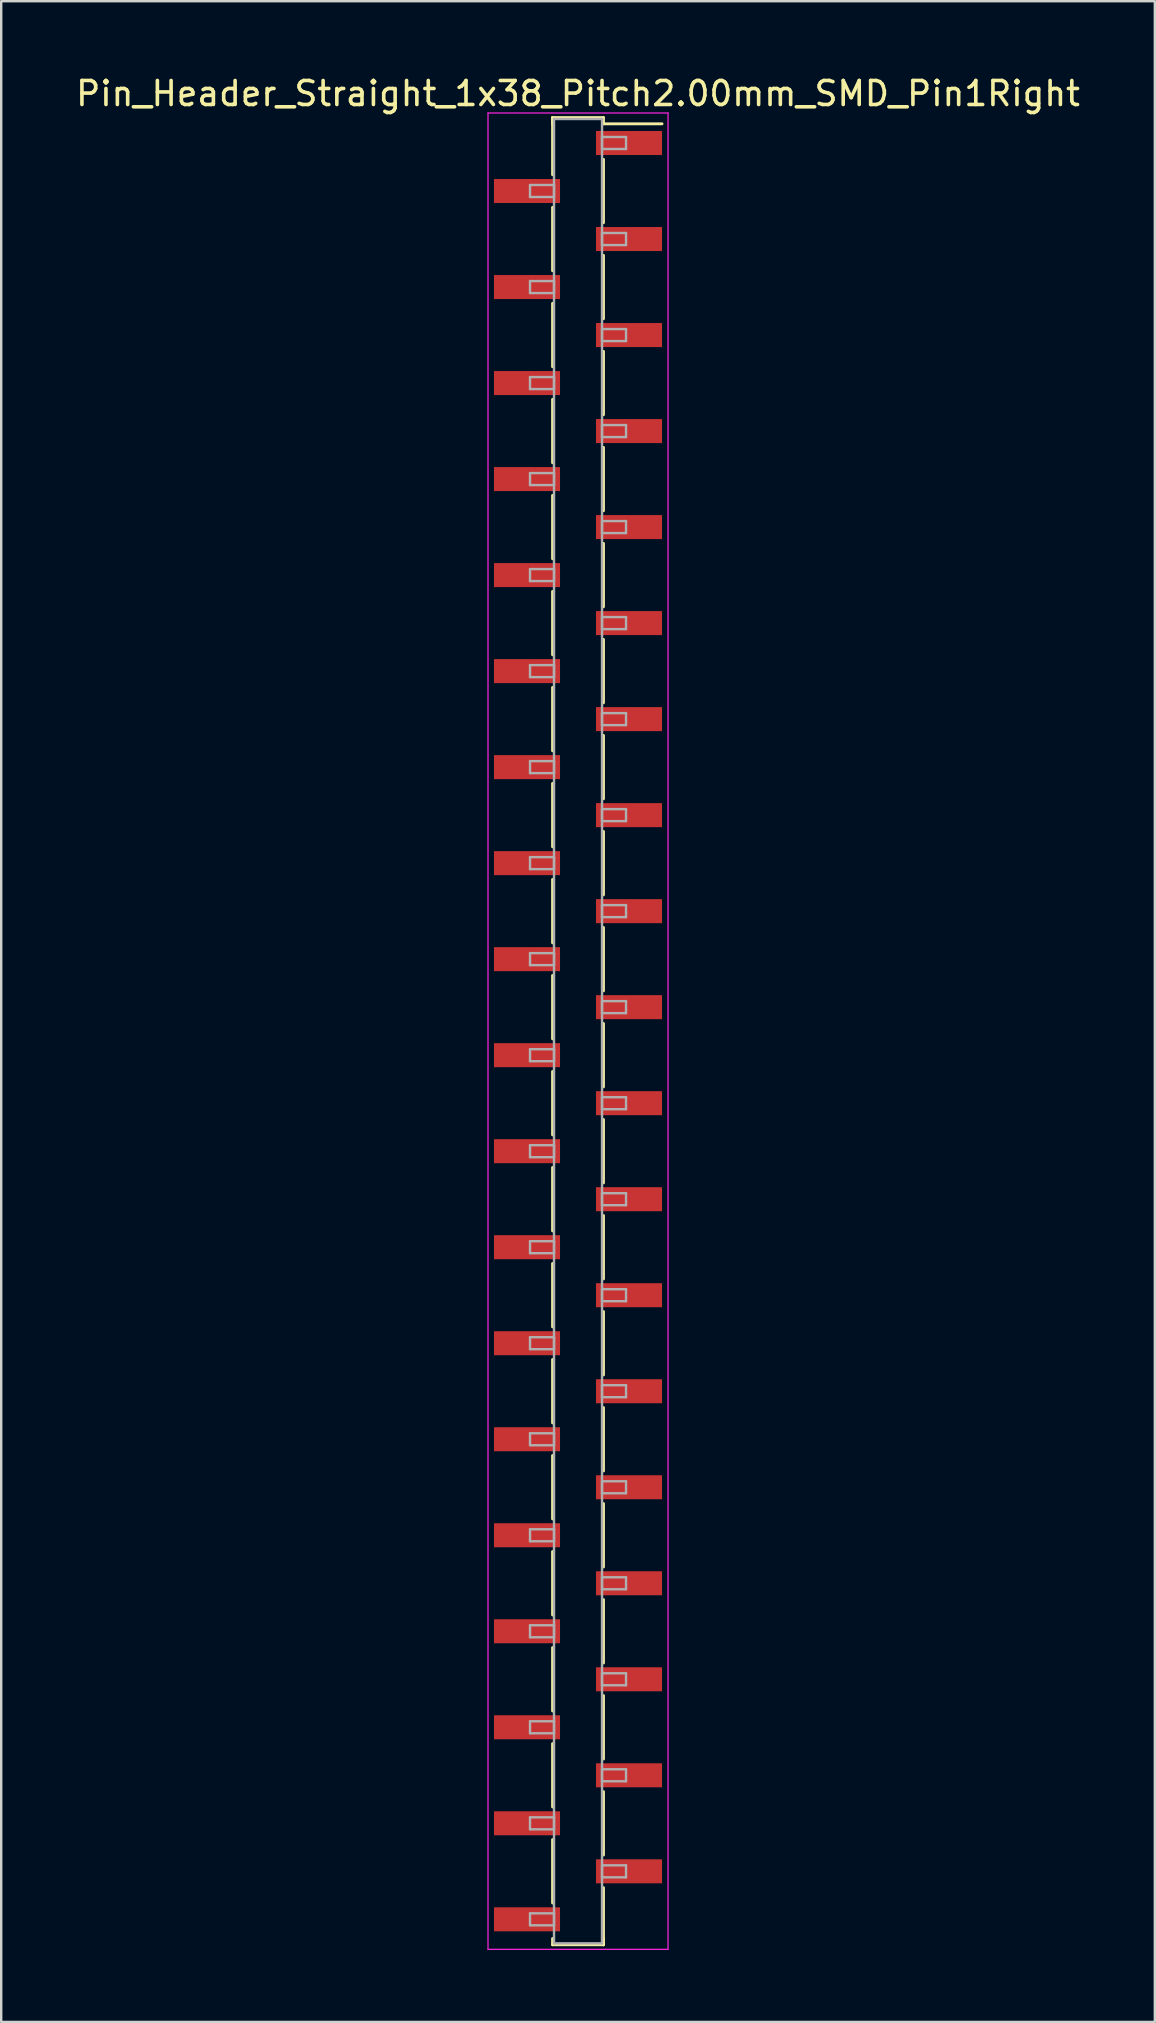
<source format=kicad_pcb>
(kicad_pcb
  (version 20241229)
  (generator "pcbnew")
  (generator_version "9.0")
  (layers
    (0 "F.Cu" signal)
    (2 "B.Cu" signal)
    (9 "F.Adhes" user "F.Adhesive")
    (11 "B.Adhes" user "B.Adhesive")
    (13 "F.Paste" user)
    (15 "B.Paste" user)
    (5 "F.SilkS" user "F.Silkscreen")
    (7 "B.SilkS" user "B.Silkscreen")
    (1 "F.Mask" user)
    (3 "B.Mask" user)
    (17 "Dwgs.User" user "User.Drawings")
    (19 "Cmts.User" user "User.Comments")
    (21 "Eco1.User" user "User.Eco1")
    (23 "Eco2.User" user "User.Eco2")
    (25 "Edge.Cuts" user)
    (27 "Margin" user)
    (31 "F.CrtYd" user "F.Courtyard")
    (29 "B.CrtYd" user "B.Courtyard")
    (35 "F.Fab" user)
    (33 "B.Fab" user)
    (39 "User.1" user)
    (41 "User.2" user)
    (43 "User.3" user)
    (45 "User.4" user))
  (footprint "Pin_Header_Straight_1x38_Pitch2.00mm_SMD_Pin1Right"
    (layer "F.Cu")
    (at 21.03 39.908)
    (property "Reference" "Pin_Header_Straight_1x38_Pitch2.00mm_SMD_Pin1Right" (at 0 -39.06 0) (layer "F.SilkS") (effects (font (size 1 1) (thickness 0.15))))
    (attr smd)
    (fp_line (start -1.06 -38.06) (end -1.06 -35.68) (stroke (width 0.12) (type solid)) (layer "F.SilkS"))
    (fp_line (start -1.06 -38.06) (end 1.06 -38.06) (stroke (width 0.12) (type solid)) (layer "F.SilkS"))
    (fp_line (start -1.06 -37.8) (end -1.06 -38.06) (stroke (width 0.12) (type solid)) (layer "F.SilkS"))
    (fp_line (start -1.06 -34.32) (end -1.06 -31.68) (stroke (width 0.12) (type solid)) (layer "F.SilkS"))
    (fp_line (start -1.06 -30.32) (end -1.06 -27.68) (stroke (width 0.12) (type solid)) (layer "F.SilkS"))
    (fp_line (start -1.06 -26.32) (end -1.06 -23.68) (stroke (width 0.12) (type solid)) (layer "F.SilkS"))
    (fp_line (start -1.06 -22.32) (end -1.06 -19.68) (stroke (width 0.12) (type solid)) (layer "F.SilkS"))
    (fp_line (start -1.06 -18.32) (end -1.06 -15.68) (stroke (width 0.12) (type solid)) (layer "F.SilkS"))
    (fp_line (start -1.06 -14.32) (end -1.06 -11.68) (stroke (width 0.12) (type solid)) (layer "F.SilkS"))
    (fp_line (start -1.06 -10.32) (end -1.06 -7.68) (stroke (width 0.12) (type solid)) (layer "F.SilkS"))
    (fp_line (start -1.06 -6.32) (end -1.06 -3.68) (stroke (width 0.12) (type solid)) (layer "F.SilkS"))
    (fp_line (start -1.06 -2.32) (end -1.06 0.32) (stroke (width 0.12) (type solid)) (layer "F.SilkS"))
    (fp_line (start -1.06 1.68) (end -1.06 4.32) (stroke (width 0.12) (type solid)) (layer "F.SilkS"))
    (fp_line (start -1.06 5.68) (end -1.06 8.32) (stroke (width 0.12) (type solid)) (layer "F.SilkS"))
    (fp_line (start -1.06 9.68) (end -1.06 12.32) (stroke (width 0.12) (type solid)) (layer "F.SilkS"))
    (fp_line (start -1.06 13.68) (end -1.06 16.32) (stroke (width 0.12) (type solid)) (layer "F.SilkS"))
    (fp_line (start -1.06 17.68) (end -1.06 20.32) (stroke (width 0.12) (type solid)) (layer "F.SilkS"))
    (fp_line (start -1.06 21.68) (end -1.06 24.32) (stroke (width 0.12) (type solid)) (layer "F.SilkS"))
    (fp_line (start -1.06 25.68) (end -1.06 28.32) (stroke (width 0.12) (type solid)) (layer "F.SilkS"))
    (fp_line (start -1.06 29.68) (end -1.06 32.32) (stroke (width 0.12) (type solid)) (layer "F.SilkS"))
    (fp_line (start -1.06 33.68) (end -1.06 36.32) (stroke (width 0.12) (type solid)) (layer "F.SilkS"))
    (fp_line (start -1.06 37.8) (end -1.06 38.06) (stroke (width 0.12) (type solid)) (layer "F.SilkS"))
    (fp_line (start -1.06 38.06) (end 1.06 38.06) (stroke (width 0.12) (type solid)) (layer "F.SilkS"))
    (fp_line (start 1.06 -38.06) (end 1.06 -37.8) (stroke (width 0.12) (type solid)) (layer "F.SilkS"))
    (fp_line (start 1.06 -37.8) (end 3.5 -37.8) (stroke (width 0.12) (type solid)) (layer "F.SilkS"))
    (fp_line (start 1.06 -36.32) (end 1.06 -33.68) (stroke (width 0.12) (type solid)) (layer "F.SilkS"))
    (fp_line (start 1.06 -32.32) (end 1.06 -29.68) (stroke (width 0.12) (type solid)) (layer "F.SilkS"))
    (fp_line (start 1.06 -28.32) (end 1.06 -25.68) (stroke (width 0.12) (type solid)) (layer "F.SilkS"))
    (fp_line (start 1.06 -24.32) (end 1.06 -21.68) (stroke (width 0.12) (type solid)) (layer "F.SilkS"))
    (fp_line (start 1.06 -20.32) (end 1.06 -17.68) (stroke (width 0.12) (type solid)) (layer "F.SilkS"))
    (fp_line (start 1.06 -16.32) (end 1.06 -13.68) (stroke (width 0.12) (type solid)) (layer "F.SilkS"))
    (fp_line (start 1.06 -12.32) (end 1.06 -9.68) (stroke (width 0.12) (type solid)) (layer "F.SilkS"))
    (fp_line (start 1.06 -8.32) (end 1.06 -5.68) (stroke (width 0.12) (type solid)) (layer "F.SilkS"))
    (fp_line (start 1.06 -4.32) (end 1.06 -1.68) (stroke (width 0.12) (type solid)) (layer "F.SilkS"))
    (fp_line (start 1.06 -0.32) (end 1.06 2.32) (stroke (width 0.12) (type solid)) (layer "F.SilkS"))
    (fp_line (start 1.06 3.68) (end 1.06 6.32) (stroke (width 0.12) (type solid)) (layer "F.SilkS"))
    (fp_line (start 1.06 7.68) (end 1.06 10.32) (stroke (width 0.12) (type solid)) (layer "F.SilkS"))
    (fp_line (start 1.06 11.68) (end 1.06 14.32) (stroke (width 0.12) (type solid)) (layer "F.SilkS"))
    (fp_line (start 1.06 15.68) (end 1.06 18.32) (stroke (width 0.12) (type solid)) (layer "F.SilkS"))
    (fp_line (start 1.06 19.68) (end 1.06 22.32) (stroke (width 0.12) (type solid)) (layer "F.SilkS"))
    (fp_line (start 1.06 23.68) (end 1.06 26.32) (stroke (width 0.12) (type solid)) (layer "F.SilkS"))
    (fp_line (start 1.06 27.68) (end 1.06 30.32) (stroke (width 0.12) (type solid)) (layer "F.SilkS"))
    (fp_line (start 1.06 31.68) (end 1.06 34.32) (stroke (width 0.12) (type solid)) (layer "F.SilkS"))
    (fp_line (start 1.06 35.68) (end 1.06 38.06) (stroke (width 0.12) (type solid)) (layer "F.SilkS"))
    (fp_line (start 1.06 38.06) (end 1.06 37.8) (stroke (width 0.12) (type solid)) (layer "F.SilkS"))
    (fp_line (start -3.75 -38.25) (end -3.75 38.25) (stroke (width 0.05) (type solid)) (layer "F.CrtYd"))
    (fp_line (start -3.75 38.25) (end 3.75 38.25) (stroke (width 0.05) (type solid)) (layer "F.CrtYd"))
    (fp_line (start 3.75 -38.25) (end -3.75 -38.25) (stroke (width 0.05) (type solid)) (layer "F.CrtYd"))
    (fp_line (start 3.75 38.25) (end 3.75 -38.25) (stroke (width 0.05) (type solid)) (layer "F.CrtYd"))
    (fp_line (start -2 -35.25) (end -1 -35.25) (stroke (width 0.1) (type solid)) (layer "F.Fab"))
    (fp_line (start -2 -34.75) (end -2 -35.25) (stroke (width 0.1) (type solid)) (layer "F.Fab"))
    (fp_line (start -2 -31.25) (end -1 -31.25) (stroke (width 0.1) (type solid)) (layer "F.Fab"))
    (fp_line (start -2 -30.75) (end -2 -31.25) (stroke (width 0.1) (type solid)) (layer "F.Fab"))
    (fp_line (start -2 -27.25) (end -1 -27.25) (stroke (width 0.1) (type solid)) (layer "F.Fab"))
    (fp_line (start -2 -26.75) (end -2 -27.25) (stroke (width 0.1) (type solid)) (layer "F.Fab"))
    (fp_line (start -2 -23.25) (end -1 -23.25) (stroke (width 0.1) (type solid)) (layer "F.Fab"))
    (fp_line (start -2 -22.75) (end -2 -23.25) (stroke (width 0.1) (type solid)) (layer "F.Fab"))
    (fp_line (start -2 -19.25) (end -1 -19.25) (stroke (width 0.1) (type solid)) (layer "F.Fab"))
    (fp_line (start -2 -18.75) (end -2 -19.25) (stroke (width 0.1) (type solid)) (layer "F.Fab"))
    (fp_line (start -2 -15.25) (end -1 -15.25) (stroke (width 0.1) (type solid)) (layer "F.Fab"))
    (fp_line (start -2 -14.75) (end -2 -15.25) (stroke (width 0.1) (type solid)) (layer "F.Fab"))
    (fp_line (start -2 -11.25) (end -1 -11.25) (stroke (width 0.1) (type solid)) (layer "F.Fab"))
    (fp_line (start -2 -10.75) (end -2 -11.25) (stroke (width 0.1) (type solid)) (layer "F.Fab"))
    (fp_line (start -2 -7.25) (end -1 -7.25) (stroke (width 0.1) (type solid)) (layer "F.Fab"))
    (fp_line (start -2 -6.75) (end -2 -7.25) (stroke (width 0.1) (type solid)) (layer "F.Fab"))
    (fp_line (start -2 -3.25) (end -1 -3.25) (stroke (width 0.1) (type solid)) (layer "F.Fab"))
    (fp_line (start -2 -2.75) (end -2 -3.25) (stroke (width 0.1) (type solid)) (layer "F.Fab"))
    (fp_line (start -2 0.75) (end -1 0.75) (stroke (width 0.1) (type solid)) (layer "F.Fab"))
    (fp_line (start -2 1.25) (end -2 0.75) (stroke (width 0.1) (type solid)) (layer "F.Fab"))
    (fp_line (start -2 4.75) (end -1 4.75) (stroke (width 0.1) (type solid)) (layer "F.Fab"))
    (fp_line (start -2 5.25) (end -2 4.75) (stroke (width 0.1) (type solid)) (layer "F.Fab"))
    (fp_line (start -2 8.75) (end -1 8.75) (stroke (width 0.1) (type solid)) (layer "F.Fab"))
    (fp_line (start -2 9.25) (end -2 8.75) (stroke (width 0.1) (type solid)) (layer "F.Fab"))
    (fp_line (start -2 12.75) (end -1 12.75) (stroke (width 0.1) (type solid)) (layer "F.Fab"))
    (fp_line (start -2 13.25) (end -2 12.75) (stroke (width 0.1) (type solid)) (layer "F.Fab"))
    (fp_line (start -2 16.75) (end -1 16.75) (stroke (width 0.1) (type solid)) (layer "F.Fab"))
    (fp_line (start -2 17.25) (end -2 16.75) (stroke (width 0.1) (type solid)) (layer "F.Fab"))
    (fp_line (start -2 20.75) (end -1 20.75) (stroke (width 0.1) (type solid)) (layer "F.Fab"))
    (fp_line (start -2 21.25) (end -2 20.75) (stroke (width 0.1) (type solid)) (layer "F.Fab"))
    (fp_line (start -2 24.75) (end -1 24.75) (stroke (width 0.1) (type solid)) (layer "F.Fab"))
    (fp_line (start -2 25.25) (end -2 24.75) (stroke (width 0.1) (type solid)) (layer "F.Fab"))
    (fp_line (start -2 28.75) (end -1 28.75) (stroke (width 0.1) (type solid)) (layer "F.Fab"))
    (fp_line (start -2 29.25) (end -2 28.75) (stroke (width 0.1) (type solid)) (layer "F.Fab"))
    (fp_line (start -2 32.75) (end -1 32.75) (stroke (width 0.1) (type solid)) (layer "F.Fab"))
    (fp_line (start -2 33.25) (end -2 32.75) (stroke (width 0.1) (type solid)) (layer "F.Fab"))
    (fp_line (start -2 36.75) (end -1 36.75) (stroke (width 0.1) (type solid)) (layer "F.Fab"))
    (fp_line (start -2 37.25) (end -2 36.75) (stroke (width 0.1) (type solid)) (layer "F.Fab"))
    (fp_line (start -1 -38) (end -1 38) (stroke (width 0.1) (type solid)) (layer "F.Fab"))
    (fp_line (start -1 -35.25) (end -1 -34.75) (stroke (width 0.1) (type solid)) (layer "F.Fab"))
    (fp_line (start -1 -34.75) (end -2 -34.75) (stroke (width 0.1) (type solid)) (layer "F.Fab"))
    (fp_line (start -1 -31.25) (end -1 -30.75) (stroke (width 0.1) (type solid)) (layer "F.Fab"))
    (fp_line (start -1 -30.75) (end -2 -30.75) (stroke (width 0.1) (type solid)) (layer "F.Fab"))
    (fp_line (start -1 -27.25) (end -1 -26.75) (stroke (width 0.1) (type solid)) (layer "F.Fab"))
    (fp_line (start -1 -26.75) (end -2 -26.75) (stroke (width 0.1) (type solid)) (layer "F.Fab"))
    (fp_line (start -1 -23.25) (end -1 -22.75) (stroke (width 0.1) (type solid)) (layer "F.Fab"))
    (fp_line (start -1 -22.75) (end -2 -22.75) (stroke (width 0.1) (type solid)) (layer "F.Fab"))
    (fp_line (start -1 -19.25) (end -1 -18.75) (stroke (width 0.1) (type solid)) (layer "F.Fab"))
    (fp_line (start -1 -18.75) (end -2 -18.75) (stroke (width 0.1) (type solid)) (layer "F.Fab"))
    (fp_line (start -1 -15.25) (end -1 -14.75) (stroke (width 0.1) (type solid)) (layer "F.Fab"))
    (fp_line (start -1 -14.75) (end -2 -14.75) (stroke (width 0.1) (type solid)) (layer "F.Fab"))
    (fp_line (start -1 -11.25) (end -1 -10.75) (stroke (width 0.1) (type solid)) (layer "F.Fab"))
    (fp_line (start -1 -10.75) (end -2 -10.75) (stroke (width 0.1) (type solid)) (layer "F.Fab"))
    (fp_line (start -1 -7.25) (end -1 -6.75) (stroke (width 0.1) (type solid)) (layer "F.Fab"))
    (fp_line (start -1 -6.75) (end -2 -6.75) (stroke (width 0.1) (type solid)) (layer "F.Fab"))
    (fp_line (start -1 -3.25) (end -1 -2.75) (stroke (width 0.1) (type solid)) (layer "F.Fab"))
    (fp_line (start -1 -2.75) (end -2 -2.75) (stroke (width 0.1) (type solid)) (layer "F.Fab"))
    (fp_line (start -1 0.75) (end -1 1.25) (stroke (width 0.1) (type solid)) (layer "F.Fab"))
    (fp_line (start -1 1.25) (end -2 1.25) (stroke (width 0.1) (type solid)) (layer "F.Fab"))
    (fp_line (start -1 4.75) (end -1 5.25) (stroke (width 0.1) (type solid)) (layer "F.Fab"))
    (fp_line (start -1 5.25) (end -2 5.25) (stroke (width 0.1) (type solid)) (layer "F.Fab"))
    (fp_line (start -1 8.75) (end -1 9.25) (stroke (width 0.1) (type solid)) (layer "F.Fab"))
    (fp_line (start -1 9.25) (end -2 9.25) (stroke (width 0.1) (type solid)) (layer "F.Fab"))
    (fp_line (start -1 12.75) (end -1 13.25) (stroke (width 0.1) (type solid)) (layer "F.Fab"))
    (fp_line (start -1 13.25) (end -2 13.25) (stroke (width 0.1) (type solid)) (layer "F.Fab"))
    (fp_line (start -1 16.75) (end -1 17.25) (stroke (width 0.1) (type solid)) (layer "F.Fab"))
    (fp_line (start -1 17.25) (end -2 17.25) (stroke (width 0.1) (type solid)) (layer "F.Fab"))
    (fp_line (start -1 20.75) (end -1 21.25) (stroke (width 0.1) (type solid)) (layer "F.Fab"))
    (fp_line (start -1 21.25) (end -2 21.25) (stroke (width 0.1) (type solid)) (layer "F.Fab"))
    (fp_line (start -1 24.75) (end -1 25.25) (stroke (width 0.1) (type solid)) (layer "F.Fab"))
    (fp_line (start -1 25.25) (end -2 25.25) (stroke (width 0.1) (type solid)) (layer "F.Fab"))
    (fp_line (start -1 28.75) (end -1 29.25) (stroke (width 0.1) (type solid)) (layer "F.Fab"))
    (fp_line (start -1 29.25) (end -2 29.25) (stroke (width 0.1) (type solid)) (layer "F.Fab"))
    (fp_line (start -1 32.75) (end -1 33.25) (stroke (width 0.1) (type solid)) (layer "F.Fab"))
    (fp_line (start -1 33.25) (end -2 33.25) (stroke (width 0.1) (type solid)) (layer "F.Fab"))
    (fp_line (start -1 36.75) (end -1 37.25) (stroke (width 0.1) (type solid)) (layer "F.Fab"))
    (fp_line (start -1 37.25) (end -2 37.25) (stroke (width 0.1) (type solid)) (layer "F.Fab"))
    (fp_line (start -1 38) (end 1 38) (stroke (width 0.1) (type solid)) (layer "F.Fab"))
    (fp_line (start 1 -38) (end -1 -38) (stroke (width 0.1) (type solid)) (layer "F.Fab"))
    (fp_line (start 1 -37.25) (end 1 -36.75) (stroke (width 0.1) (type solid)) (layer "F.Fab"))
    (fp_line (start 1 -36.75) (end 2 -36.75) (stroke (width 0.1) (type solid)) (layer "F.Fab"))
    (fp_line (start 1 -33.25) (end 1 -32.75) (stroke (width 0.1) (type solid)) (layer "F.Fab"))
    (fp_line (start 1 -32.75) (end 2 -32.75) (stroke (width 0.1) (type solid)) (layer "F.Fab"))
    (fp_line (start 1 -29.25) (end 1 -28.75) (stroke (width 0.1) (type solid)) (layer "F.Fab"))
    (fp_line (start 1 -28.75) (end 2 -28.75) (stroke (width 0.1) (type solid)) (layer "F.Fab"))
    (fp_line (start 1 -25.25) (end 1 -24.75) (stroke (width 0.1) (type solid)) (layer "F.Fab"))
    (fp_line (start 1 -24.75) (end 2 -24.75) (stroke (width 0.1) (type solid)) (layer "F.Fab"))
    (fp_line (start 1 -21.25) (end 1 -20.75) (stroke (width 0.1) (type solid)) (layer "F.Fab"))
    (fp_line (start 1 -20.75) (end 2 -20.75) (stroke (width 0.1) (type solid)) (layer "F.Fab"))
    (fp_line (start 1 -17.25) (end 1 -16.75) (stroke (width 0.1) (type solid)) (layer "F.Fab"))
    (fp_line (start 1 -16.75) (end 2 -16.75) (stroke (width 0.1) (type solid)) (layer "F.Fab"))
    (fp_line (start 1 -13.25) (end 1 -12.75) (stroke (width 0.1) (type solid)) (layer "F.Fab"))
    (fp_line (start 1 -12.75) (end 2 -12.75) (stroke (width 0.1) (type solid)) (layer "F.Fab"))
    (fp_line (start 1 -9.25) (end 1 -8.75) (stroke (width 0.1) (type solid)) (layer "F.Fab"))
    (fp_line (start 1 -8.75) (end 2 -8.75) (stroke (width 0.1) (type solid)) (layer "F.Fab"))
    (fp_line (start 1 -5.25) (end 1 -4.75) (stroke (width 0.1) (type solid)) (layer "F.Fab"))
    (fp_line (start 1 -4.75) (end 2 -4.75) (stroke (width 0.1) (type solid)) (layer "F.Fab"))
    (fp_line (start 1 -1.25) (end 1 -0.75) (stroke (width 0.1) (type solid)) (layer "F.Fab"))
    (fp_line (start 1 -0.75) (end 2 -0.75) (stroke (width 0.1) (type solid)) (layer "F.Fab"))
    (fp_line (start 1 2.75) (end 1 3.25) (stroke (width 0.1) (type solid)) (layer "F.Fab"))
    (fp_line (start 1 3.25) (end 2 3.25) (stroke (width 0.1) (type solid)) (layer "F.Fab"))
    (fp_line (start 1 6.75) (end 1 7.25) (stroke (width 0.1) (type solid)) (layer "F.Fab"))
    (fp_line (start 1 7.25) (end 2 7.25) (stroke (width 0.1) (type solid)) (layer "F.Fab"))
    (fp_line (start 1 10.75) (end 1 11.25) (stroke (width 0.1) (type solid)) (layer "F.Fab"))
    (fp_line (start 1 11.25) (end 2 11.25) (stroke (width 0.1) (type solid)) (layer "F.Fab"))
    (fp_line (start 1 14.75) (end 1 15.25) (stroke (width 0.1) (type solid)) (layer "F.Fab"))
    (fp_line (start 1 15.25) (end 2 15.25) (stroke (width 0.1) (type solid)) (layer "F.Fab"))
    (fp_line (start 1 18.75) (end 1 19.25) (stroke (width 0.1) (type solid)) (layer "F.Fab"))
    (fp_line (start 1 19.25) (end 2 19.25) (stroke (width 0.1) (type solid)) (layer "F.Fab"))
    (fp_line (start 1 22.75) (end 1 23.25) (stroke (width 0.1) (type solid)) (layer "F.Fab"))
    (fp_line (start 1 23.25) (end 2 23.25) (stroke (width 0.1) (type solid)) (layer "F.Fab"))
    (fp_line (start 1 26.75) (end 1 27.25) (stroke (width 0.1) (type solid)) (layer "F.Fab"))
    (fp_line (start 1 27.25) (end 2 27.25) (stroke (width 0.1) (type solid)) (layer "F.Fab"))
    (fp_line (start 1 30.75) (end 1 31.25) (stroke (width 0.1) (type solid)) (layer "F.Fab"))
    (fp_line (start 1 31.25) (end 2 31.25) (stroke (width 0.1) (type solid)) (layer "F.Fab"))
    (fp_line (start 1 34.75) (end 1 35.25) (stroke (width 0.1) (type solid)) (layer "F.Fab"))
    (fp_line (start 1 35.25) (end 2 35.25) (stroke (width 0.1) (type solid)) (layer "F.Fab"))
    (fp_line (start 1 38) (end 1 -38) (stroke (width 0.1) (type solid)) (layer "F.Fab"))
    (fp_line (start 2 -37.25) (end 1 -37.25) (stroke (width 0.1) (type solid)) (layer "F.Fab"))
    (fp_line (start 2 -36.75) (end 2 -37.25) (stroke (width 0.1) (type solid)) (layer "F.Fab"))
    (fp_line (start 2 -33.25) (end 1 -33.25) (stroke (width 0.1) (type solid)) (layer "F.Fab"))
    (fp_line (start 2 -32.75) (end 2 -33.25) (stroke (width 0.1) (type solid)) (layer "F.Fab"))
    (fp_line (start 2 -29.25) (end 1 -29.25) (stroke (width 0.1) (type solid)) (layer "F.Fab"))
    (fp_line (start 2 -28.75) (end 2 -29.25) (stroke (width 0.1) (type solid)) (layer "F.Fab"))
    (fp_line (start 2 -25.25) (end 1 -25.25) (stroke (width 0.1) (type solid)) (layer "F.Fab"))
    (fp_line (start 2 -24.75) (end 2 -25.25) (stroke (width 0.1) (type solid)) (layer "F.Fab"))
    (fp_line (start 2 -21.25) (end 1 -21.25) (stroke (width 0.1) (type solid)) (layer "F.Fab"))
    (fp_line (start 2 -20.75) (end 2 -21.25) (stroke (width 0.1) (type solid)) (layer "F.Fab"))
    (fp_line (start 2 -17.25) (end 1 -17.25) (stroke (width 0.1) (type solid)) (layer "F.Fab"))
    (fp_line (start 2 -16.75) (end 2 -17.25) (stroke (width 0.1) (type solid)) (layer "F.Fab"))
    (fp_line (start 2 -13.25) (end 1 -13.25) (stroke (width 0.1) (type solid)) (layer "F.Fab"))
    (fp_line (start 2 -12.75) (end 2 -13.25) (stroke (width 0.1) (type solid)) (layer "F.Fab"))
    (fp_line (start 2 -9.25) (end 1 -9.25) (stroke (width 0.1) (type solid)) (layer "F.Fab"))
    (fp_line (start 2 -8.75) (end 2 -9.25) (stroke (width 0.1) (type solid)) (layer "F.Fab"))
    (fp_line (start 2 -5.25) (end 1 -5.25) (stroke (width 0.1) (type solid)) (layer "F.Fab"))
    (fp_line (start 2 -4.75) (end 2 -5.25) (stroke (width 0.1) (type solid)) (layer "F.Fab"))
    (fp_line (start 2 -1.25) (end 1 -1.25) (stroke (width 0.1) (type solid)) (layer "F.Fab"))
    (fp_line (start 2 -0.75) (end 2 -1.25) (stroke (width 0.1) (type solid)) (layer "F.Fab"))
    (fp_line (start 2 2.75) (end 1 2.75) (stroke (width 0.1) (type solid)) (layer "F.Fab"))
    (fp_line (start 2 3.25) (end 2 2.75) (stroke (width 0.1) (type solid)) (layer "F.Fab"))
    (fp_line (start 2 6.75) (end 1 6.75) (stroke (width 0.1) (type solid)) (layer "F.Fab"))
    (fp_line (start 2 7.25) (end 2 6.75) (stroke (width 0.1) (type solid)) (layer "F.Fab"))
    (fp_line (start 2 10.75) (end 1 10.75) (stroke (width 0.1) (type solid)) (layer "F.Fab"))
    (fp_line (start 2 11.25) (end 2 10.75) (stroke (width 0.1) (type solid)) (layer "F.Fab"))
    (fp_line (start 2 14.75) (end 1 14.75) (stroke (width 0.1) (type solid)) (layer "F.Fab"))
    (fp_line (start 2 15.25) (end 2 14.75) (stroke (width 0.1) (type solid)) (layer "F.Fab"))
    (fp_line (start 2 18.75) (end 1 18.75) (stroke (width 0.1) (type solid)) (layer "F.Fab"))
    (fp_line (start 2 19.25) (end 2 18.75) (stroke (width 0.1) (type solid)) (layer "F.Fab"))
    (fp_line (start 2 22.75) (end 1 22.75) (stroke (width 0.1) (type solid)) (layer "F.Fab"))
    (fp_line (start 2 23.25) (end 2 22.75) (stroke (width 0.1) (type solid)) (layer "F.Fab"))
    (fp_line (start 2 26.75) (end 1 26.75) (stroke (width 0.1) (type solid)) (layer "F.Fab"))
    (fp_line (start 2 27.25) (end 2 26.75) (stroke (width 0.1) (type solid)) (layer "F.Fab"))
    (fp_line (start 2 30.75) (end 1 30.75) (stroke (width 0.1) (type solid)) (layer "F.Fab"))
    (fp_line (start 2 31.25) (end 2 30.75) (stroke (width 0.1) (type solid)) (layer "F.Fab"))
    (fp_line (start 2 34.75) (end 1 34.75) (stroke (width 0.1) (type solid)) (layer "F.Fab"))
    (fp_line (start 2 35.25) (end 2 34.75) (stroke (width 0.1) (type solid)) (layer "F.Fab"))
    (pad "1" smd rect (at 2.125 -37) (size 2.75 1) (layers "F.Cu" "F.Mask"))
    (pad "2" smd rect (at -2.125 -35) (size 2.75 1) (layers "F.Cu" "F.Mask"))
    (pad "3" smd rect (at 2.125 -33) (size 2.75 1) (layers "F.Cu" "F.Mask"))
    (pad "4" smd rect (at -2.125 -31) (size 2.75 1) (layers "F.Cu" "F.Mask"))
    (pad "5" smd rect (at 2.125 -29) (size 2.75 1) (layers "F.Cu" "F.Mask"))
    (pad "6" smd rect (at -2.125 -27) (size 2.75 1) (layers "F.Cu" "F.Mask"))
    (pad "7" smd rect (at 2.125 -25) (size 2.75 1) (layers "F.Cu" "F.Mask"))
    (pad "8" smd rect (at -2.125 -23) (size 2.75 1) (layers "F.Cu" "F.Mask"))
    (pad "9" smd rect (at 2.125 -21) (size 2.75 1) (layers "F.Cu" "F.Mask"))
    (pad "10" smd rect (at -2.125 -19) (size 2.75 1) (layers "F.Cu" "F.Mask"))
    (pad "11" smd rect (at 2.125 -17) (size 2.75 1) (layers "F.Cu" "F.Mask"))
    (pad "12" smd rect (at -2.125 -15) (size 2.75 1) (layers "F.Cu" "F.Mask"))
    (pad "13" smd rect (at 2.125 -13) (size 2.75 1) (layers "F.Cu" "F.Mask"))
    (pad "14" smd rect (at -2.125 -11) (size 2.75 1) (layers "F.Cu" "F.Mask"))
    (pad "15" smd rect (at 2.125 -9) (size 2.75 1) (layers "F.Cu" "F.Mask"))
    (pad "16" smd rect (at -2.125 -7) (size 2.75 1) (layers "F.Cu" "F.Mask"))
    (pad "17" smd rect (at 2.125 -5) (size 2.75 1) (layers "F.Cu" "F.Mask"))
    (pad "18" smd rect (at -2.125 -3) (size 2.75 1) (layers "F.Cu" "F.Mask"))
    (pad "19" smd rect (at 2.125 -1) (size 2.75 1) (layers "F.Cu" "F.Mask"))
    (pad "20" smd rect (at -2.125 1) (size 2.75 1) (layers "F.Cu" "F.Mask"))
    (pad "21" smd rect (at 2.125 3) (size 2.75 1) (layers "F.Cu" "F.Mask"))
    (pad "22" smd rect (at -2.125 5) (size 2.75 1) (layers "F.Cu" "F.Mask"))
    (pad "23" smd rect (at 2.125 7) (size 2.75 1) (layers "F.Cu" "F.Mask"))
    (pad "24" smd rect (at -2.125 9) (size 2.75 1) (layers "F.Cu" "F.Mask"))
    (pad "25" smd rect (at 2.125 11) (size 2.75 1) (layers "F.Cu" "F.Mask"))
    (pad "26" smd rect (at -2.125 13) (size 2.75 1) (layers "F.Cu" "F.Mask"))
    (pad "27" smd rect (at 2.125 15) (size 2.75 1) (layers "F.Cu" "F.Mask"))
    (pad "28" smd rect (at -2.125 17) (size 2.75 1) (layers "F.Cu" "F.Mask"))
    (pad "29" smd rect (at 2.125 19) (size 2.75 1) (layers "F.Cu" "F.Mask"))
    (pad "30" smd rect (at -2.125 21) (size 2.75 1) (layers "F.Cu" "F.Mask"))
    (pad "31" smd rect (at 2.125 23) (size 2.75 1) (layers "F.Cu" "F.Mask"))
    (pad "32" smd rect (at -2.125 25) (size 2.75 1) (layers "F.Cu" "F.Mask"))
    (pad "33" smd rect (at 2.125 27) (size 2.75 1) (layers "F.Cu" "F.Mask"))
    (pad "34" smd rect (at -2.125 29) (size 2.75 1) (layers "F.Cu" "F.Mask"))
    (pad "35" smd rect (at 2.125 31) (size 2.75 1) (layers "F.Cu" "F.Mask"))
    (pad "36" smd rect (at -2.125 33) (size 2.75 1) (layers "F.Cu" "F.Mask"))
    (pad "37" smd rect (at 2.125 35) (size 2.75 1) (layers "F.Cu" "F.Mask"))
    (pad "38" smd rect (at -2.125 37) (size 2.75 1) (layers "F.Cu" "F.Mask")))
  (gr_rect
    (start -3 -3)
    (end 45.06 81.183)
    (stroke (width 0.1) (type default))
    (fill no)
    (layer "Edge.Cuts")))
</source>
